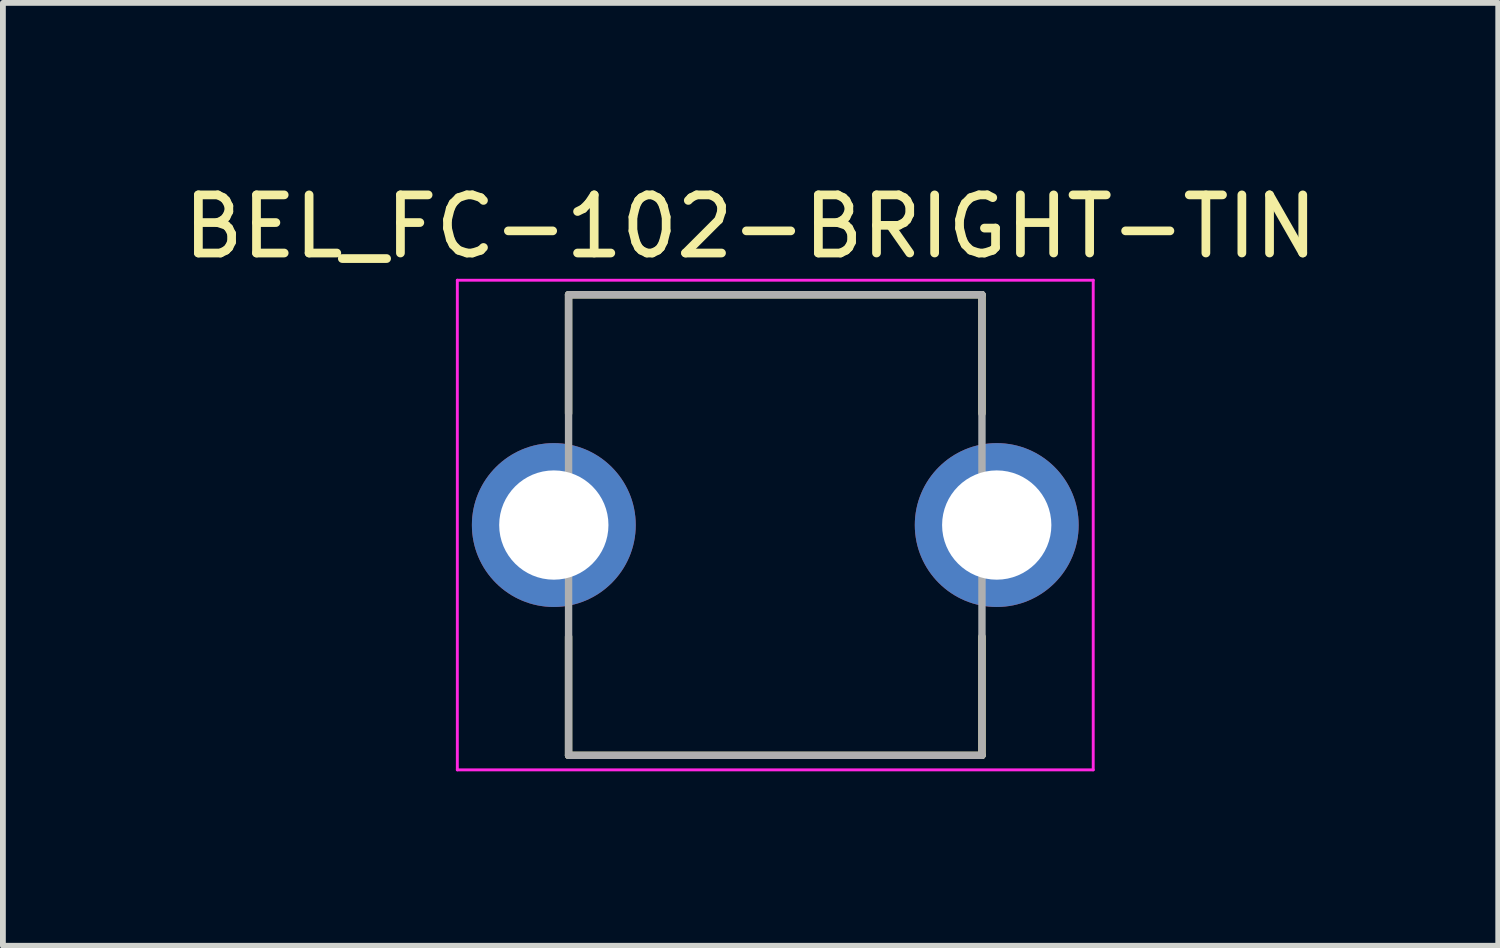
<source format=kicad_pcb>
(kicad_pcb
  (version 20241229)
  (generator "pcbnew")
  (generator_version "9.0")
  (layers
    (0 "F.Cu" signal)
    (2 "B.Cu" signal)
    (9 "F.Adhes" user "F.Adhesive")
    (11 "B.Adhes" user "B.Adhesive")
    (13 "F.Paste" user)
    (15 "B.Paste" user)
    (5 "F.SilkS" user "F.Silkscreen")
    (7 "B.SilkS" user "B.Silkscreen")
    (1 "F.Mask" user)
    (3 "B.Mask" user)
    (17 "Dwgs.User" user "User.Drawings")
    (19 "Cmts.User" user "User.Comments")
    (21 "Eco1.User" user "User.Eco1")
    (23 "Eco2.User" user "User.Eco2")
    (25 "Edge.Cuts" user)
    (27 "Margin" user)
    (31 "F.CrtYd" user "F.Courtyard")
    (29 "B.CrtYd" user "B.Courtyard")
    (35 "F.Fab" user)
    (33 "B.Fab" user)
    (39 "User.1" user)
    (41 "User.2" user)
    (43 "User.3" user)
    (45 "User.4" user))
  (footprint "BEL_FC-102-BRIGHT-TIN"
    (layer "F.Cu")
    (at 10.288 5.983)
    (property "Reference" "BEL_FC-102-BRIGHT-TIN" (at -0.425 -5.135 0) (layer "F.SilkS") (effects (font (size 1 1) (thickness 0.15))))
    (attr through_hole)
    (fp_line (start -3.556 -3.962) (end 3.556 -3.962) (stroke (width 0.127) (type solid)) (layer "F.SilkS"))
    (fp_line (start -3.556 -1.92) (end -3.556 -3.962) (stroke (width 0.127) (type solid)) (layer "F.SilkS"))
    (fp_line (start -3.556 3.962) (end -3.556 1.92) (stroke (width 0.127) (type solid)) (layer "F.SilkS"))
    (fp_line (start 3.556 -3.962) (end 3.556 -1.92) (stroke (width 0.127) (type solid)) (layer "F.SilkS"))
    (fp_line (start 3.556 1.92) (end 3.556 3.962) (stroke (width 0.127) (type solid)) (layer "F.SilkS"))
    (fp_line (start 3.556 3.962) (end -3.556 3.962) (stroke (width 0.127) (type solid)) (layer "F.SilkS"))
    (fp_line (start -5.47 -4.212) (end 5.47 -4.212) (stroke (width 0.05) (type solid)) (layer "F.CrtYd"))
    (fp_line (start -5.47 4.212) (end -5.47 -4.212) (stroke (width 0.05) (type solid)) (layer "F.CrtYd"))
    (fp_line (start 5.47 -4.212) (end 5.47 4.212) (stroke (width 0.05) (type solid)) (layer "F.CrtYd"))
    (fp_line (start 5.47 4.212) (end -5.47 4.212) (stroke (width 0.05) (type solid)) (layer "F.CrtYd"))
    (fp_line (start -3.556 -3.962) (end 3.556 -3.962) (stroke (width 0.127) (type solid)) (layer "F.Fab"))
    (fp_line (start -3.556 3.962) (end -3.556 -3.962) (stroke (width 0.127) (type solid)) (layer "F.Fab"))
    (fp_line (start 3.556 -3.962) (end 3.556 3.962) (stroke (width 0.127) (type solid)) (layer "F.Fab"))
    (fp_line (start 3.556 3.962) (end -3.556 3.962) (stroke (width 0.127) (type solid)) (layer "F.Fab"))
    (pad "1" thru_hole circle (at -3.81 0) (size 2.819 2.819) (drill 1.88) (layers "*.Cu" "*.Mask"))
    (pad "2" thru_hole circle (at 3.81 0) (size 2.819 2.819) (drill 1.88) (layers "*.Cu" "*.Mask")))
  (gr_rect
    (start -3 -3)
    (end 22.726 13.221)
    (stroke (width 0.1) (type default))
    (fill no)
    (layer "Edge.Cuts")))
</source>
